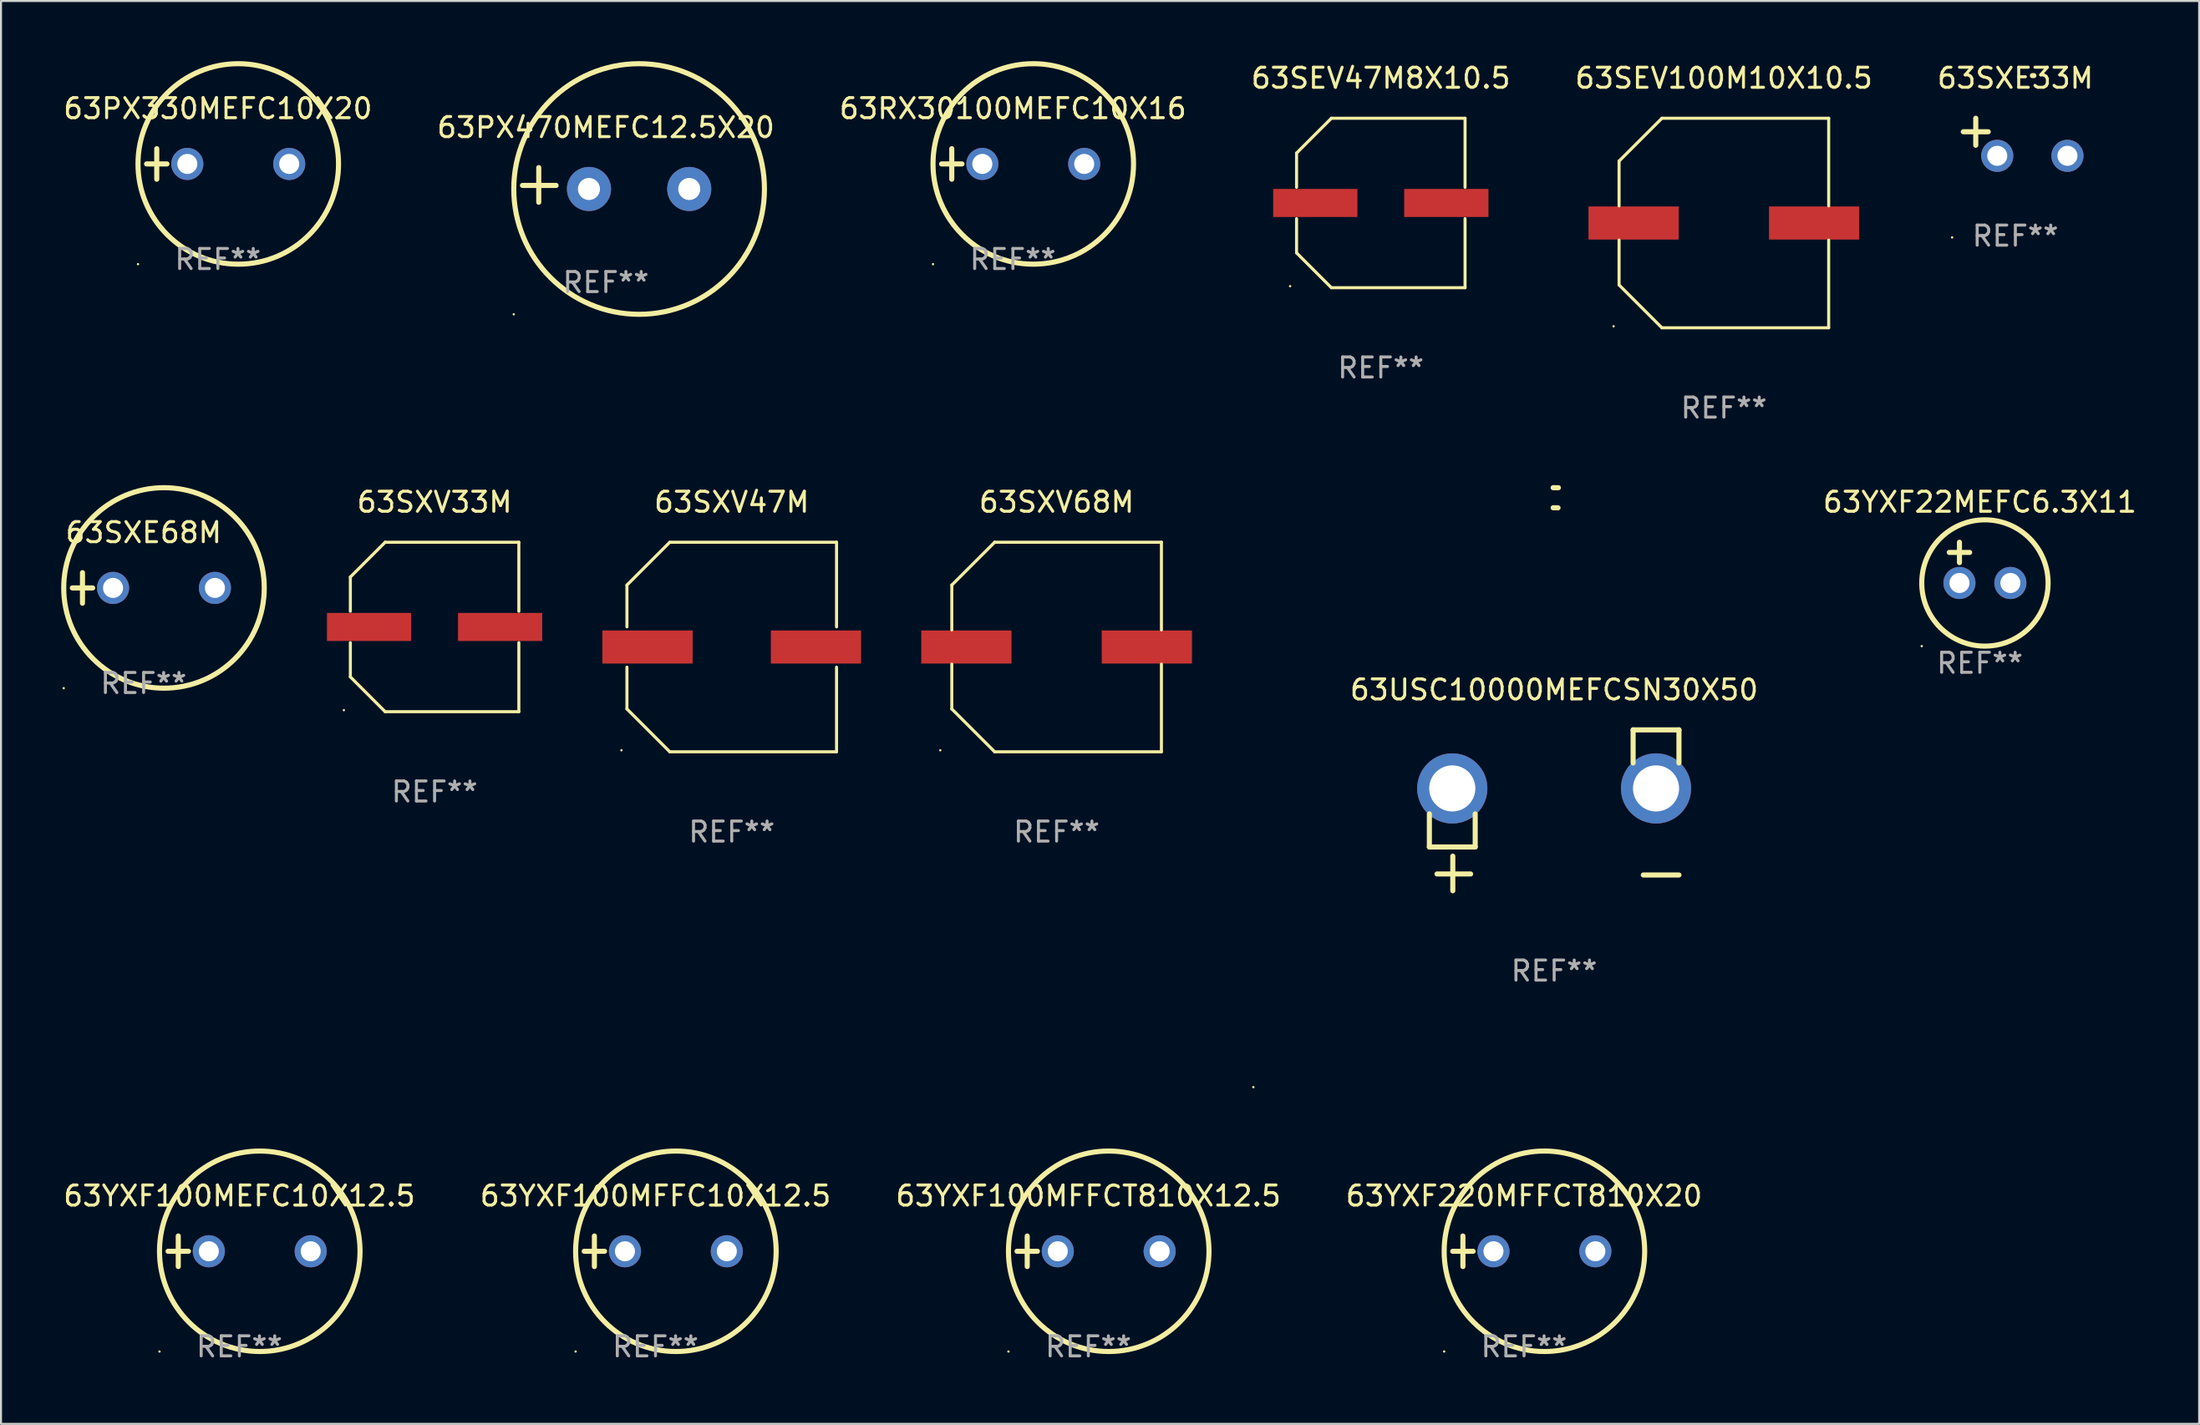
<source format=kicad_pcb>
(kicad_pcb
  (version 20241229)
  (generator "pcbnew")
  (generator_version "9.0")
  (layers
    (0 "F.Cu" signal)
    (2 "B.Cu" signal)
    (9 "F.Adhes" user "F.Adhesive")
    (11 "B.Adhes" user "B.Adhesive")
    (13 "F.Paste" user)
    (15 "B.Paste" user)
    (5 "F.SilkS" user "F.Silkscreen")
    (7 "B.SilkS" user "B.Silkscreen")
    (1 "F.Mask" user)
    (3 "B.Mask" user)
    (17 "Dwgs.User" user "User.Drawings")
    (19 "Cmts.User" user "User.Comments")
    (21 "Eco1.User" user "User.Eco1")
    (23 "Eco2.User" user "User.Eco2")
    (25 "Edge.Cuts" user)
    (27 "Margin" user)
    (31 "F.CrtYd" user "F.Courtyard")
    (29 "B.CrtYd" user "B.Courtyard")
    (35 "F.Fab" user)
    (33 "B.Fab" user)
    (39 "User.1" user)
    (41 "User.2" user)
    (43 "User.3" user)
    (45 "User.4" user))
  (footprint "63YXF220MFFCT810X20"
    (layer "F.Cu")
    (at 72.946 59.364)
    (property "Reference" "63YXF220MFFCT810X20" (at 0 -2.762 0) (layer "F.SilkS") (effects (font (size 1 1) (thickness 0.15))))
    (attr through_hole)
    (fp_line (start -3.556 0) (end -2.54 0) (stroke (width 0.254) (type solid)) (layer "F.SilkS"))
    (fp_line (start -3.048 -0.762) (end -3.048 0.762) (stroke (width 0.254) (type solid)) (layer "F.SilkS"))
    (fp_circle (center -3.984 5) (end -3.954 5) (stroke (width 0.06) (type solid)) (fill no) (layer "F.SilkS"))
    (fp_circle (center 1.016 0) (end 6.016 0) (stroke (width 0.254) (type solid)) (fill no) (layer "F.SilkS"))
    (fp_text user "REF**" (at 0 4.762 0) (layer "F.Fab") (effects (font (size 1 1) (thickness 0.15))))
    (pad "1" thru_hole circle (at -1.524 0) (size 1.6 1.6) (drill 1) (layers "*.Cu" "*.Mask"))
    (pad "2" thru_hole circle (at 3.556 0) (size 1.6 1.6) (drill 1) (layers "*.Cu" "*.Mask")))
  (footprint "63SEV100M10X10.5"
    (layer "F.Cu")
    (at 82.911 8.074)
    (property "Reference" "63SEV100M10X10.5" (at 0 -7.226 0) (layer "F.SilkS") (effects (font (size 1 1) (thickness 0.15))))
    (attr through_hole)
    (fp_line (start -5.226 -3.09) (end -5.226 -0.852) (stroke (width 0.152) (type solid)) (layer "F.SilkS"))
    (fp_line (start -5.226 3.09) (end -5.226 0.852) (stroke (width 0.152) (type solid)) (layer "F.SilkS"))
    (fp_line (start -3.09 -5.226) (end -5.226 -3.09) (stroke (width 0.152) (type solid)) (layer "F.SilkS"))
    (fp_line (start -3.09 5.226) (end -5.226 3.09) (stroke (width 0.152) (type solid)) (layer "F.SilkS"))
    (fp_line (start 5.226 -5.226) (end -3.09 -5.226) (stroke (width 0.152) (type solid)) (layer "F.SilkS"))
    (fp_line (start 5.226 -0.852) (end 5.226 -5.226) (stroke (width 0.152) (type solid)) (layer "F.SilkS"))
    (fp_line (start 5.226 0.852) (end 5.226 5.226) (stroke (width 0.152) (type solid)) (layer "F.SilkS"))
    (fp_line (start 5.226 5.226) (end -3.09 5.226) (stroke (width 0.152) (type solid)) (layer "F.SilkS"))
    (fp_circle (center -5.5 5.15) (end -5.47 5.15) (stroke (width 0.06) (type solid)) (fill no) (layer "F.SilkS"))
    (fp_text user "REF**" (at 0 9.226 0) (layer "F.Fab") (effects (font (size 1 1) (thickness 0.15))))
    (pad "1" smd rect (at -4.5 -0.000025) (size 4.5 1.65) (layers "F.Cu" "F.Mask" "F.Paste"))
    (pad "2" smd rect (at 4.5 -0.000025) (size 4.5 1.65) (layers "F.Cu" "F.Mask" "F.Paste")))
  (footprint "63SEV47M8X10.5"
    (layer "F.Cu")
    (at 65.804 7.074)
    (property "Reference" "63SEV47M8X10.5" (at 0 -6.226 0) (layer "F.SilkS") (effects (font (size 1 1) (thickness 0.15))))
    (attr through_hole)
    (fp_line (start -4.201 -2.49) (end -4.201 -0.782) (stroke (width 0.152) (type solid)) (layer "F.SilkS"))
    (fp_line (start -4.201 2.49) (end -4.201 0.782) (stroke (width 0.152) (type solid)) (layer "F.SilkS"))
    (fp_line (start -2.465 -4.226) (end -4.201 -2.49) (stroke (width 0.152) (type solid)) (layer "F.SilkS"))
    (fp_line (start -2.465 4.226) (end -4.201 2.49) (stroke (width 0.152) (type solid)) (layer "F.SilkS"))
    (fp_line (start 4.201 -4.226) (end -2.465 -4.226) (stroke (width 0.152) (type solid)) (layer "F.SilkS"))
    (fp_line (start 4.201 -0.782) (end 4.201 -4.226) (stroke (width 0.152) (type solid)) (layer "F.SilkS"))
    (fp_line (start 4.201 0.782) (end 4.201 4.226) (stroke (width 0.152) (type solid)) (layer "F.SilkS"))
    (fp_line (start 4.201 4.226) (end -2.465 4.226) (stroke (width 0.152) (type solid)) (layer "F.SilkS"))
    (fp_circle (center -4.524 4.15) (end -4.494 4.15) (stroke (width 0.06) (type solid)) (fill no) (layer "F.SilkS"))
    (fp_text user "REF**" (at 0 8.226 0) (layer "F.Fab") (effects (font (size 1 1) (thickness 0.15))))
    (pad "1" smd rect (at -3.267 0) (size 4.2 1.4) (layers "F.Cu" "F.Mask" "F.Paste"))
    (pad "2" smd rect (at 3.267 0) (size 4.2 1.4) (layers "F.Cu" "F.Mask" "F.Paste")))
  (footprint "63YXF100MEFC10X12.5"
    (layer "F.Cu")
    (at 8.887 59.364)
    (property "Reference" "63YXF100MEFC10X12.5" (at 0 -2.762 0) (layer "F.SilkS") (effects (font (size 1 1) (thickness 0.15))))
    (attr through_hole)
    (fp_line (start -3.556 0) (end -2.54 0) (stroke (width 0.254) (type solid)) (layer "F.SilkS"))
    (fp_line (start -3.048 -0.762) (end -3.048 0.762) (stroke (width 0.254) (type solid)) (layer "F.SilkS"))
    (fp_circle (center -3.984 5) (end -3.954 5) (stroke (width 0.06) (type solid)) (fill no) (layer "F.SilkS"))
    (fp_circle (center 1.016 0) (end 6.016 0) (stroke (width 0.254) (type solid)) (fill no) (layer "F.SilkS"))
    (fp_text user "REF**" (at 0 4.762 0) (layer "F.Fab") (effects (font (size 1 1) (thickness 0.15))))
    (pad "1" thru_hole circle (at -1.524 0) (size 1.6 1.6) (drill 1) (layers "*.Cu" "*.Mask"))
    (pad "2" thru_hole circle (at 3.556 0) (size 1.6 1.6) (drill 1) (layers "*.Cu" "*.Mask")))
  (footprint "63SXV47M"
    (layer "F.Cu")
    (at 33.438 29.223)
    (property "Reference" "63SXV47M" (at 0 -7.226 0) (layer "F.SilkS") (effects (font (size 1 1) (thickness 0.15))))
    (attr through_hole)
    (fp_line (start -5.226 -3.09) (end -5.226 -1.005) (stroke (width 0.152) (type solid)) (layer "F.SilkS"))
    (fp_line (start -5.226 1.005) (end -5.226 3.09) (stroke (width 0.152) (type solid)) (layer "F.SilkS"))
    (fp_line (start -3.09 -5.226) (end -5.226 -3.09) (stroke (width 0.152) (type solid)) (layer "F.SilkS"))
    (fp_line (start -3.09 5.226) (end -5.226 3.09) (stroke (width 0.152) (type solid)) (layer "F.SilkS"))
    (fp_line (start 5.226 -5.226) (end -3.09 -5.226) (stroke (width 0.152) (type solid)) (layer "F.SilkS"))
    (fp_line (start 5.226 -5.226) (end 5.226 -1.005) (stroke (width 0.152) (type solid)) (layer "F.SilkS"))
    (fp_line (start 5.226 1.005) (end 5.226 5.226) (stroke (width 0.152) (type solid)) (layer "F.SilkS"))
    (fp_line (start 5.226 5.226) (end -3.09 5.226) (stroke (width 0.152) (type solid)) (layer "F.SilkS"))
    (fp_circle (center -5.5 5.15) (end -5.47 5.15) (stroke (width 0.06) (type solid)) (fill no) (layer "F.SilkS"))
    (fp_text user "REF**" (at 0 9.226 0) (layer "F.Fab") (effects (font (size 1 1) (thickness 0.15))))
    (pad "1" smd rect (at -4.2 0.000216) (size 4.5 1.65) (layers "F.Cu" "F.Mask" "F.Paste"))
    (pad "2" smd rect (at 4.2 0.000216) (size 4.5 1.65) (layers "F.Cu" "F.Mask" "F.Paste")))
  (footprint "63YXF100MFFC10X12.5"
    (layer "F.Cu")
    (at 29.637 59.364)
    (property "Reference" "63YXF100MFFC10X12.5" (at 0 -2.762 0) (layer "F.SilkS") (effects (font (size 1 1) (thickness 0.15))))
    (attr through_hole)
    (fp_line (start -3.556 0) (end -2.54 0) (stroke (width 0.254) (type solid)) (layer "F.SilkS"))
    (fp_line (start -3.048 -0.762) (end -3.048 0.762) (stroke (width 0.254) (type solid)) (layer "F.SilkS"))
    (fp_circle (center -3.984 5) (end -3.954 5) (stroke (width 0.06) (type solid)) (fill no) (layer "F.SilkS"))
    (fp_circle (center 1.016 0) (end 6.016 0) (stroke (width 0.254) (type solid)) (fill no) (layer "F.SilkS"))
    (fp_text user "REF**" (at 0 4.762 0) (layer "F.Fab") (effects (font (size 1 1) (thickness 0.15))))
    (pad "1" thru_hole circle (at -1.524 0) (size 1.6 1.6) (drill 1) (layers "*.Cu" "*.Mask"))
    (pad "2" thru_hole circle (at 3.556 0) (size 1.6 1.6) (drill 1) (layers "*.Cu" "*.Mask")))
  (footprint "63RX30100MEFC10X16"
    (layer "F.Cu")
    (at 47.458 5.127)
    (property "Reference" "63RX30100MEFC10X16" (at 0 -2.762 0) (layer "F.SilkS") (effects (font (size 1 1) (thickness 0.15))))
    (attr through_hole)
    (fp_line (start -3.556 0) (end -2.54 0) (stroke (width 0.254) (type solid)) (layer "F.SilkS"))
    (fp_line (start -3.048 -0.762) (end -3.048 0.762) (stroke (width 0.254) (type solid)) (layer "F.SilkS"))
    (fp_circle (center -3.984 5) (end -3.954 5) (stroke (width 0.06) (type solid)) (fill no) (layer "F.SilkS"))
    (fp_circle (center 1.016 0) (end 6.016 0) (stroke (width 0.254) (type solid)) (fill no) (layer "F.SilkS"))
    (fp_text user "REF**" (at 0 4.762 0) (layer "F.Fab") (effects (font (size 1 1) (thickness 0.15))))
    (pad "1" thru_hole circle (at -1.524 0) (size 1.6 1.6) (drill 1) (layers "*.Cu" "*.Mask"))
    (pad "2" thru_hole circle (at 3.556 0) (size 1.6 1.6) (drill 1) (layers "*.Cu" "*.Mask")))
  (footprint "63SXV68M"
    (layer "F.Cu")
    (at 49.638 29.223)
    (property "Reference" "63SXV68M" (at 0 -7.226 0) (layer "F.SilkS") (effects (font (size 1 1) (thickness 0.15))))
    (attr through_hole)
    (fp_line (start -5.226 -3.09) (end -5.226 -0.852) (stroke (width 0.152) (type solid)) (layer "F.SilkS"))
    (fp_line (start -5.226 3.09) (end -5.226 0.852) (stroke (width 0.152) (type solid)) (layer "F.SilkS"))
    (fp_line (start -3.09 -5.226) (end -5.226 -3.09) (stroke (width 0.152) (type solid)) (layer "F.SilkS"))
    (fp_line (start -3.09 5.226) (end -5.226 3.09) (stroke (width 0.152) (type solid)) (layer "F.SilkS"))
    (fp_line (start 5.226 -5.226) (end -3.09 -5.226) (stroke (width 0.152) (type solid)) (layer "F.SilkS"))
    (fp_line (start 5.226 -0.852) (end 5.226 -5.226) (stroke (width 0.152) (type solid)) (layer "F.SilkS"))
    (fp_line (start 5.226 0.852) (end 5.226 5.226) (stroke (width 0.152) (type solid)) (layer "F.SilkS"))
    (fp_line (start 5.226 5.226) (end -3.09 5.226) (stroke (width 0.152) (type solid)) (layer "F.SilkS"))
    (fp_circle (center -5.8 5.15) (end -5.77 5.15) (stroke (width 0.06) (type solid)) (fill no) (layer "F.SilkS"))
    (fp_text user "REF**" (at 0 9.226 0) (layer "F.Fab") (effects (font (size 1 1) (thickness 0.15))))
    (pad "1" smd rect (at -4.5 0) (size 4.5 1.65) (layers "F.Cu" "F.Mask" "F.Paste"))
    (pad "2" smd rect (at 4.5 0) (size 4.5 1.65) (layers "F.Cu" "F.Mask" "F.Paste")))
  (footprint "63SXE33M"
    (layer "F.Cu")
    (at 97.446 3.785)
    (property "Reference" "63SXE33M" (at 0 -2.937 0) (layer "F.SilkS") (effects (font (size 1 1) (thickness 0.15))))
    (attr through_hole)
    (fp_line (start -1.975 0.41) (end -1.975 -0.937) (stroke (width 0.254) (type solid)) (layer "F.SilkS"))
    (fp_line (start -1.353 -0.263) (end -2.597 -0.263) (stroke (width 0.254) (type solid)) (layer "F.SilkS"))
    (fp_arc (start 0.849809 -3.063957) (mid 0.885369 -3.064114) (end 0.920929 -3.063957) (stroke (width 0.254001) (type solid)) (layer "F.SilkS"))
    (fp_circle (center -3.154 5.008) (end -3.124 5.008) (stroke (width 0.06) (type solid)) (fill no) (layer "F.SilkS"))
    (fp_text user "REF**" (at 0 4.937 0) (layer "F.Fab") (effects (font (size 1 1) (thickness 0.15))))
    (pad "1" thru_hole circle (at -0.903 0.937) (size 1.6 1.6) (drill 1) (layers "*.Cu" "*.Mask"))
    (pad "2" thru_hole circle (at 2.597 0.937) (size 1.6 1.6) (drill 1) (layers "*.Cu" "*.Mask")))
  (footprint "63USC10000MEFCSN30X50"
    (layer "F.Cu")
    (at 74.448 37.369)
    (property "Reference" "63USC10000MEFCSN30X50" (at 0 -6.013 0) (layer "F.SilkS") (effects (font (size 1 1) (thickness 0.15))))
    (attr through_hole)
    (fp_line (start -6.223 0.178) (end -6.223 1.829) (stroke (width 0.254) (type solid)) (layer "F.SilkS"))
    (fp_line (start -6.223 1.829) (end -3.937 1.829) (stroke (width 0.254) (type solid)) (layer "F.SilkS"))
    (fp_line (start -5.055 4.013) (end -5.055 2.286) (stroke (width 0.254) (type solid)) (layer "F.SilkS"))
    (fp_line (start -4.166 3.175) (end -5.842 3.175) (stroke (width 0.254) (type solid)) (layer "F.SilkS"))
    (fp_line (start -3.937 1.829) (end -3.937 0.178) (stroke (width 0.254) (type solid)) (layer "F.SilkS"))
    (fp_line (start 3.937 -4.013) (end 3.937 -2.362) (stroke (width 0.254) (type solid)) (layer "F.SilkS"))
    (fp_line (start 6.223 -4.013) (end 3.937 -4.013) (stroke (width 0.254) (type solid)) (layer "F.SilkS"))
    (fp_line (start 6.223 -2.362) (end 6.223 -4.013) (stroke (width 0.254) (type solid)) (layer "F.SilkS"))
    (fp_line (start 6.223 3.226) (end 4.445 3.226) (stroke (width 0.254) (type solid)) (layer "F.SilkS"))
    (fp_arc (start -0.0508 -16.093472) (mid 0.080016 -16.092762) (end 0.210821 -16.090932) (stroke (width 0.254001) (type solid)) (layer "F.SilkS"))
    (fp_arc (start -0.0508 -15.09271) (mid 0.071125 -15.091961) (end 0.19304 -15.09017) (stroke (width 0.254001) (type solid)) (layer "F.SilkS"))
    (fp_circle (center -15 13.808) (end -14.97 13.808) (stroke (width 0.06) (type solid)) (fill no) (layer "F.SilkS"))
    (fp_text user "REF**" (at 0 8.013 0) (layer "F.Fab") (effects (font (size 1 1) (thickness 0.15))))
    (pad "1" thru_hole circle (at -5.08 -1.092) (size 3.5 3.5) (drill 2.3) (layers "*.Cu" "*.Mask"))
    (pad "2" thru_hole circle (at 5.08 -1.092) (size 3.5 3.5) (drill 2.3) (layers "*.Cu" "*.Mask")))
  (footprint "63YXF22MEFC6.3X11"
    (layer "F.Cu")
    (at 95.674 25.013)
    (property "Reference" "63YXF22MEFC6.3X11" (at 0 -3.016 0) (layer "F.SilkS") (effects (font (size 1 1) (thickness 0.15))))
    (attr through_hole)
    (fp_line (start -1.524 -0.508) (end -0.508 -0.508) (stroke (width 0.254) (type solid)) (layer "F.SilkS"))
    (fp_line (start -1.016 -1.016) (end -1.016 0) (stroke (width 0.254) (type solid)) (layer "F.SilkS"))
    (fp_circle (center -2.896 4.166) (end -2.866 4.166) (stroke (width 0.06) (type solid)) (fill no) (layer "F.SilkS"))
    (fp_circle (center 0.254 1.016) (end 3.404 1.016) (stroke (width 0.254) (type solid)) (fill no) (layer "F.SilkS"))
    (fp_text user "REF**" (at 0 5.016 0) (layer "F.Fab") (effects (font (size 1 1) (thickness 0.15))))
    (pad "1" thru_hole circle (at -1.016 1.016) (size 1.6 1.6) (drill 1) (layers "*.Cu" "*.Mask"))
    (pad "2" thru_hole circle (at 1.524 1.016) (size 1.6 1.6) (drill 1) (layers "*.Cu" "*.Mask")))
  (footprint "63SXV33M"
    (layer "F.Cu")
    (at 18.621 28.223)
    (property "Reference" "63SXV33M" (at 0 -6.226 0) (layer "F.SilkS") (effects (font (size 1 1) (thickness 0.15))))
    (attr through_hole)
    (fp_line (start -4.201 -2.49) (end -4.201 -0.782) (stroke (width 0.152) (type solid)) (layer "F.SilkS"))
    (fp_line (start -4.201 2.49) (end -4.201 0.782) (stroke (width 0.152) (type solid)) (layer "F.SilkS"))
    (fp_line (start -2.465 -4.226) (end -4.201 -2.49) (stroke (width 0.152) (type solid)) (layer "F.SilkS"))
    (fp_line (start -2.465 4.226) (end -4.201 2.49) (stroke (width 0.152) (type solid)) (layer "F.SilkS"))
    (fp_line (start 4.201 -4.226) (end -2.465 -4.226) (stroke (width 0.152) (type solid)) (layer "F.SilkS"))
    (fp_line (start 4.201 -0.782) (end 4.201 -4.226) (stroke (width 0.152) (type solid)) (layer "F.SilkS"))
    (fp_line (start 4.201 0.782) (end 4.201 4.226) (stroke (width 0.152) (type solid)) (layer "F.SilkS"))
    (fp_line (start 4.201 4.226) (end -2.465 4.226) (stroke (width 0.152) (type solid)) (layer "F.SilkS"))
    (fp_circle (center -4.524 4.15) (end -4.494 4.15) (stroke (width 0.06) (type solid)) (fill no) (layer "F.SilkS"))
    (fp_text user "REF**" (at 0 8.226 0) (layer "F.Fab") (effects (font (size 1 1) (thickness 0.15))))
    (pad "1" smd rect (at -3.267 0) (size 4.2 1.4) (layers "F.Cu" "F.Mask" "F.Paste"))
    (pad "2" smd rect (at 3.267 0) (size 4.2 1.4) (layers "F.Cu" "F.Mask" "F.Paste")))
  (footprint "63PX470MEFC12.5X20"
    (layer "F.Cu")
    (at 27.161 6.174)
    (property "Reference" "63PX470MEFC12.5X20" (at 0 -2.864 0) (layer "F.SilkS") (effects (font (size 1 1) (thickness 0.15))))
    (attr through_hole)
    (fp_line (start -3.346 0.864) (end -3.346 -0.864) (stroke (width 0.254) (type solid)) (layer "F.SilkS"))
    (fp_line (start -2.482 0.025) (end -4.158 0.025) (stroke (width 0.254) (type solid)) (layer "F.SilkS"))
    (fp_circle (center -4.592 6.453) (end -4.562 6.453) (stroke (width 0.06) (type solid)) (fill no) (layer "F.SilkS"))
    (fp_circle (center 1.658 0.203) (end 7.908 0.203) (stroke (width 0.254) (type solid)) (fill no) (layer "F.SilkS"))
    (fp_text user "REF**" (at 0 4.864 0) (layer "F.Fab") (effects (font (size 1 1) (thickness 0.15))))
    (pad "1" thru_hole circle (at -0.842 0.203) (size 2.2 2.2) (drill 1.1) (layers "*.Cu" "*.Mask"))
    (pad "2" thru_hole circle (at 4.158 0.203) (size 2.2 2.2) (drill 1.1) (layers "*.Cu" "*.Mask")))
  (footprint "63YXF100MFFCT810X12.5"
    (layer "F.Cu")
    (at 51.22 59.364)
    (property "Reference" "63YXF100MFFCT810X12.5" (at 0 -2.762 0) (layer "F.SilkS") (effects (font (size 1 1) (thickness 0.15))))
    (attr through_hole)
    (fp_line (start -3.556 0) (end -2.54 0) (stroke (width 0.254) (type solid)) (layer "F.SilkS"))
    (fp_line (start -3.048 -0.762) (end -3.048 0.762) (stroke (width 0.254) (type solid)) (layer "F.SilkS"))
    (fp_circle (center -3.984 5) (end -3.954 5) (stroke (width 0.06) (type solid)) (fill no) (layer "F.SilkS"))
    (fp_circle (center 1.016 0) (end 6.016 0) (stroke (width 0.254) (type solid)) (fill no) (layer "F.SilkS"))
    (fp_text user "REF**" (at 0 4.762 0) (layer "F.Fab") (effects (font (size 1 1) (thickness 0.15))))
    (pad "1" thru_hole circle (at -1.524 0) (size 1.6 1.6) (drill 1) (layers "*.Cu" "*.Mask"))
    (pad "2" thru_hole circle (at 3.556 0) (size 1.6 1.6) (drill 1) (layers "*.Cu" "*.Mask")))
  (footprint "63SXE68M"
    (layer "F.Cu")
    (at 4.111 26.276)
    (property "Reference" "63SXE68M" (at 0 -2.762 0) (layer "F.SilkS") (effects (font (size 1 1) (thickness 0.15))))
    (attr through_hole)
    (fp_line (start -3.556 0) (end -2.54 0) (stroke (width 0.254) (type solid)) (layer "F.SilkS"))
    (fp_line (start -3.048 -0.762) (end -3.048 0.762) (stroke (width 0.254) (type solid)) (layer "F.SilkS"))
    (fp_circle (center -3.984 5) (end -3.954 5) (stroke (width 0.06) (type solid)) (fill no) (layer "F.SilkS"))
    (fp_circle (center 1.016 0) (end 6.016 0) (stroke (width 0.254) (type solid)) (fill no) (layer "F.SilkS"))
    (fp_text user "REF**" (at 0 4.762 0) (layer "F.Fab") (effects (font (size 1 1) (thickness 0.15))))
    (pad "1" thru_hole circle (at -1.524 0) (size 1.6 1.6) (drill 1) (layers "*.Cu" "*.Mask"))
    (pad "2" thru_hole circle (at 3.556 0) (size 1.6 1.6) (drill 1) (layers "*.Cu" "*.Mask")))
  (footprint "63PX330MEFC10X20"
    (layer "F.Cu")
    (at 7.815 5.127)
    (property "Reference" "63PX330MEFC10X20" (at 0 -2.762 0) (layer "F.SilkS") (effects (font (size 1 1) (thickness 0.15))))
    (attr through_hole)
    (fp_line (start -3.556 0) (end -2.54 0) (stroke (width 0.254) (type solid)) (layer "F.SilkS"))
    (fp_line (start -3.048 -0.762) (end -3.048 0.762) (stroke (width 0.254) (type solid)) (layer "F.SilkS"))
    (fp_circle (center -3.984 5) (end -3.954 5) (stroke (width 0.06) (type solid)) (fill no) (layer "F.SilkS"))
    (fp_circle (center 1.016 0) (end 6.016 0) (stroke (width 0.254) (type solid)) (fill no) (layer "F.SilkS"))
    (fp_text user "REF**" (at 0 4.762 0) (layer "F.Fab") (effects (font (size 1 1) (thickness 0.15))))
    (pad "1" thru_hole circle (at -1.524 0) (size 1.6 1.6) (drill 1) (layers "*.Cu" "*.Mask"))
    (pad "2" thru_hole circle (at 3.556 0) (size 1.6 1.6) (drill 1) (layers "*.Cu" "*.Mask")))
  (gr_rect
    (start -3 -3)
    (end 106.609 67.975)
    (stroke (width 0.1) (type default))
    (fill no)
    (layer "Edge.Cuts")))
</source>
